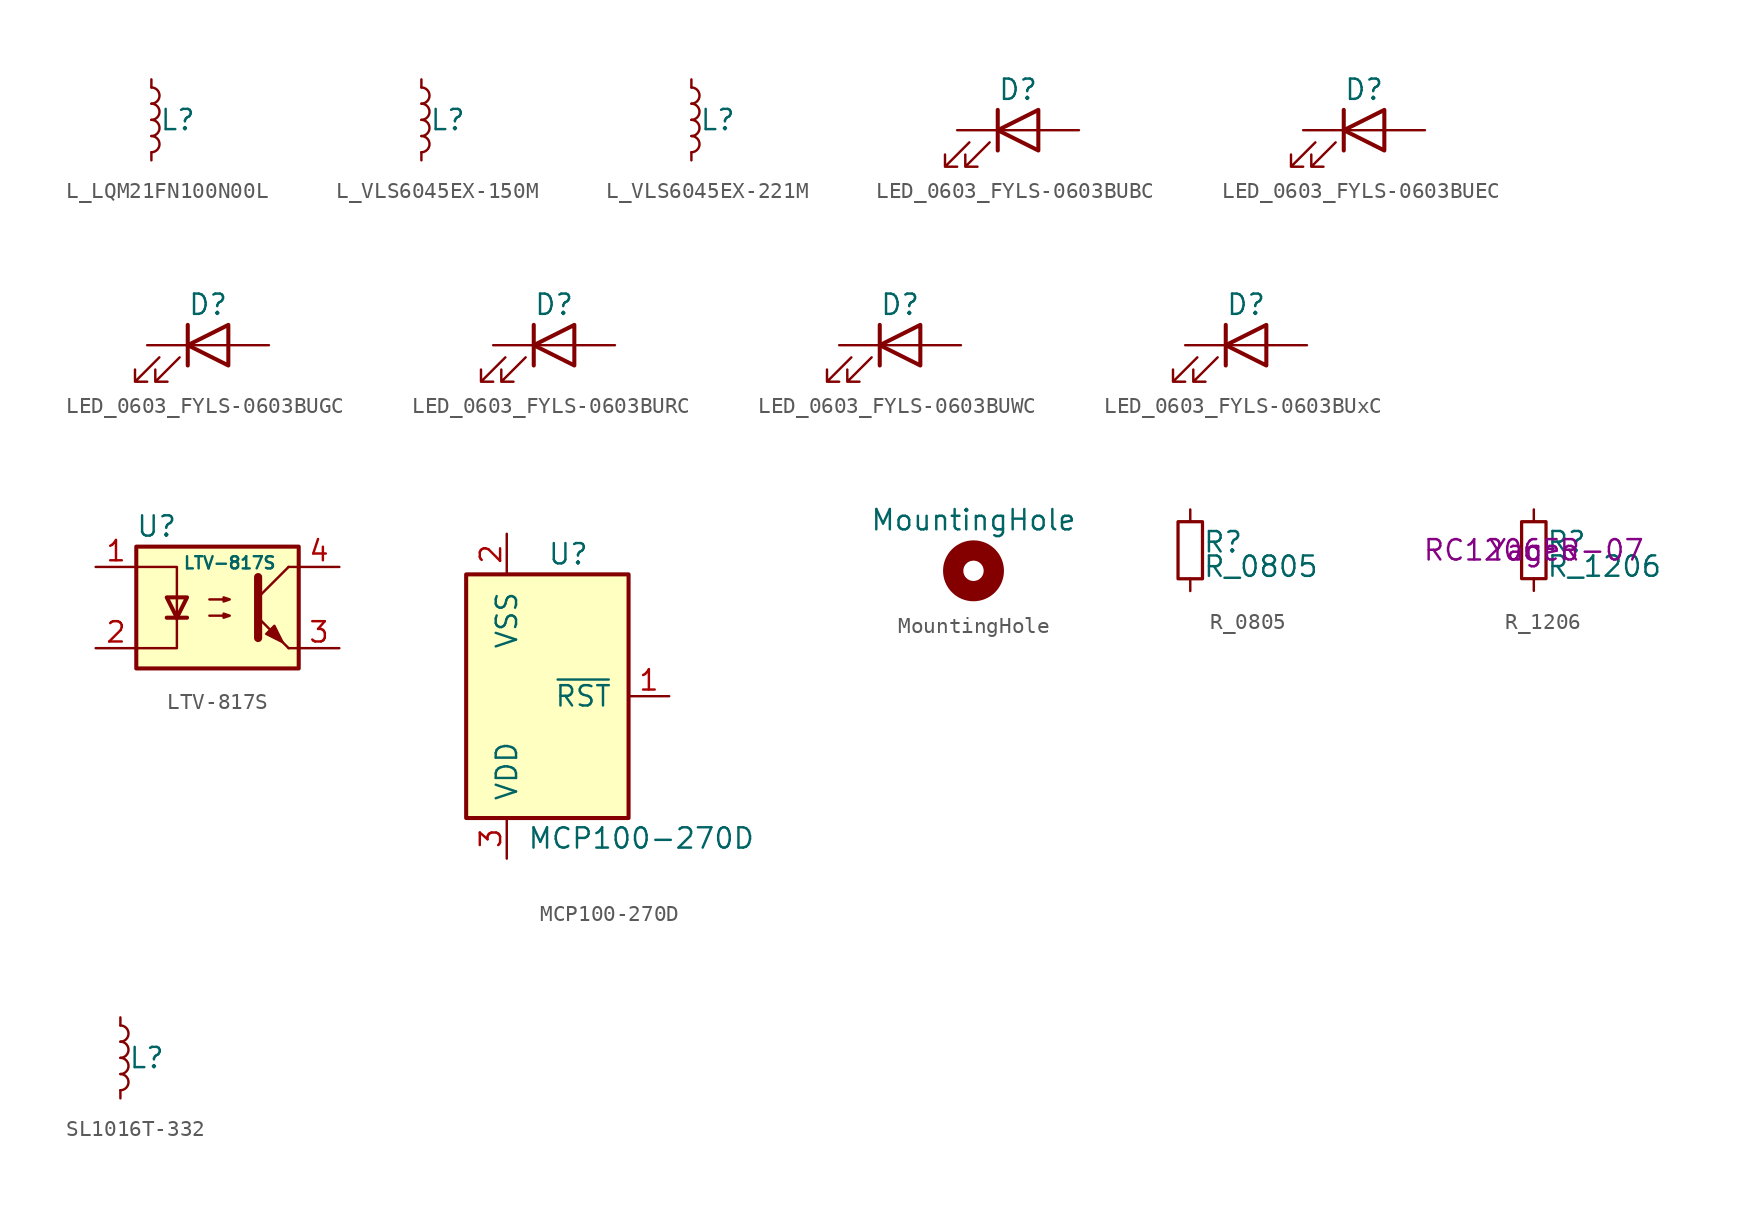
<source format=kicad_sym>
(kicad_symbol_lib
  (version 20211014)
  (generator kicad_symbol_editor)
  (symbol "L_LQM21FN100N00L"
    (pin_numbers hide)
    (pin_names
      (offset 0.254) hide)
    (property "Reference" "L"
      (at 1.651 0 0)
      (effects (font (size 1.27 1.27))))
    (symbol "L_LQM21FN100N00L_0_1"
      (arc (start 0 -2.032) (mid 0.508 -1.524) (end 0 -1.016) (stroke (width 0) (type default) (color 0 0 0 0)) (fill (type none)))
      (arc (start 0 -1.016) (mid 0.508 -0.508) (end 0 0) (stroke (width 0) (type default) (color 0 0 0 0)) (fill (type none)))
      (arc (start 0 0) (mid 0.508 0.508) (end 0 1.016) (stroke (width 0) (type default) (color 0 0 0 0)) (fill (type none)))
      (arc (start 0 1.016) (mid 0.508 1.524) (end 0 2.032) (stroke (width 0) (type default) (color 0 0 0 0)) (fill (type none))))
    (symbol "L_LQM21FN100N00L_1_1"
      (pin passive line (at 0 2.54 270) (length 0.508) (name "~" (effects (font (size 1.27 1.27)))) (number "1" (effects (font (size 1.27 1.27)))))
      (pin passive line (at 0 -2.54 90) (length 0.508) (name "~" (effects (font (size 1.27 1.27)))) (number "2" (effects (font (size 1.27 1.27)))))))
  (symbol "L_VLS6045EX-150M"
    (pin_numbers hide)
    (pin_names
      (offset 0.254) hide)
    (property "Reference" "L"
      (at 1.651 0 0)
      (effects (font (size 1.27 1.27))))
    (symbol "L_VLS6045EX-150M_0_1"
      (arc (start 0 -2.032) (mid 0.508 -1.524) (end 0 -1.016) (stroke (width 0) (type default) (color 0 0 0 0)) (fill (type none)))
      (arc (start 0 -1.016) (mid 0.508 -0.508) (end 0 0) (stroke (width 0) (type default) (color 0 0 0 0)) (fill (type none)))
      (arc (start 0 0) (mid 0.508 0.508) (end 0 1.016) (stroke (width 0) (type default) (color 0 0 0 0)) (fill (type none)))
      (arc (start 0 1.016) (mid 0.508 1.524) (end 0 2.032) (stroke (width 0) (type default) (color 0 0 0 0)) (fill (type none))))
    (symbol "L_VLS6045EX-150M_1_1"
      (pin passive line (at 0 2.54 270) (length 0.508) (name "~" (effects (font (size 1.27 1.27)))) (number "1" (effects (font (size 1.27 1.27)))))
      (pin passive line (at 0 -2.54 90) (length 0.508) (name "~" (effects (font (size 1.27 1.27)))) (number "2" (effects (font (size 1.27 1.27)))))))
  (symbol "L_VLS6045EX-221M"
    (pin_numbers hide)
    (pin_names
      (offset 0.254) hide)
    (property "Reference" "L"
      (at 1.651 0 0)
      (effects (font (size 1.27 1.27))))
    (symbol "L_VLS6045EX-221M_0_1"
      (arc (start 0 -2.032) (mid 0.508 -1.524) (end 0 -1.016) (stroke (width 0) (type default) (color 0 0 0 0)) (fill (type none)))
      (arc (start 0 -1.016) (mid 0.508 -0.508) (end 0 0) (stroke (width 0) (type default) (color 0 0 0 0)) (fill (type none)))
      (arc (start 0 0) (mid 0.508 0.508) (end 0 1.016) (stroke (width 0) (type default) (color 0 0 0 0)) (fill (type none)))
      (arc (start 0 1.016) (mid 0.508 1.524) (end 0 2.032) (stroke (width 0) (type default) (color 0 0 0 0)) (fill (type none))))
    (symbol "L_VLS6045EX-221M_1_1"
      (pin passive line (at 0 2.54 270) (length 0.508) (name "~" (effects (font (size 1.27 1.27)))) (number "1" (effects (font (size 1.27 1.27)))))
      (pin passive line (at 0 -2.54 90) (length 0.508) (name "~" (effects (font (size 1.27 1.27)))) (number "2" (effects (font (size 1.27 1.27)))))))
  (symbol "LED_0603_FYLS-0603BUBC"
    (pin_numbers hide)
    (pin_names
      (offset 1.016) hide)
    (property "Reference" "D"
      (at 0 2.54 0)
      (effects (font (size 1.27 1.27))))
    (symbol "LED_0603_FYLS-0603BUBC_0_1"
      (polyline (pts (xy -1.27 -1.27) (xy -1.27 1.27)) (stroke (width 0.254) (type default) (color 0 0 0 0)) (fill (type none)))
      (polyline (pts (xy -1.27 0) (xy 1.27 0)) (stroke (width 0) (type default) (color 0 0 0 0)) (fill (type none)))
      (polyline (pts (xy 1.27 -1.27) (xy 1.27 1.27) (xy -1.27 0) (xy 1.27 -1.27)) (stroke (width 0.254) (type default) (color 0 0 0 0)) (fill (type none)))
      (polyline (pts (xy -3.048 -0.762) (xy -4.572 -2.286) (xy -3.81 -2.286) (xy -4.572 -2.286) (xy -4.572 -1.524)) (stroke (width 0) (type default) (color 0 0 0 0)) (fill (type none)))
      (polyline (pts (xy -1.778 -0.762) (xy -3.302 -2.286) (xy -2.54 -2.286) (xy -3.302 -2.286) (xy -3.302 -1.524)) (stroke (width 0) (type default) (color 0 0 0 0)) (fill (type none))))
    (symbol "LED_0603_FYLS-0603BUBC_1_1"
      (pin passive line (at -3.81 0 0) (length 2.54) (name "K" (effects (font (size 1.27 1.27)))) (number "1" (effects (font (size 1.27 1.27)))))
      (pin passive line (at 3.81 0 180) (length 2.54) (name "A" (effects (font (size 1.27 1.27)))) (number "2" (effects (font (size 1.27 1.27)))))))
  (symbol "LED_0603_FYLS-0603BUEC"
    (pin_numbers hide)
    (pin_names
      (offset 1.016) hide)
    (property "Reference" "D"
      (at 0 2.54 0)
      (effects (font (size 1.27 1.27))))
    (symbol "LED_0603_FYLS-0603BUEC_0_1"
      (polyline (pts (xy -1.27 -1.27) (xy -1.27 1.27)) (stroke (width 0.254) (type default) (color 0 0 0 0)) (fill (type none)))
      (polyline (pts (xy -1.27 0) (xy 1.27 0)) (stroke (width 0) (type default) (color 0 0 0 0)) (fill (type none)))
      (polyline (pts (xy 1.27 -1.27) (xy 1.27 1.27) (xy -1.27 0) (xy 1.27 -1.27)) (stroke (width 0.254) (type default) (color 0 0 0 0)) (fill (type none)))
      (polyline (pts (xy -3.048 -0.762) (xy -4.572 -2.286) (xy -3.81 -2.286) (xy -4.572 -2.286) (xy -4.572 -1.524)) (stroke (width 0) (type default) (color 0 0 0 0)) (fill (type none)))
      (polyline (pts (xy -1.778 -0.762) (xy -3.302 -2.286) (xy -2.54 -2.286) (xy -3.302 -2.286) (xy -3.302 -1.524)) (stroke (width 0) (type default) (color 0 0 0 0)) (fill (type none))))
    (symbol "LED_0603_FYLS-0603BUEC_1_1"
      (pin passive line (at -3.81 0 0) (length 2.54) (name "K" (effects (font (size 1.27 1.27)))) (number "1" (effects (font (size 1.27 1.27)))))
      (pin passive line (at 3.81 0 180) (length 2.54) (name "A" (effects (font (size 1.27 1.27)))) (number "2" (effects (font (size 1.27 1.27)))))))
  (symbol "LED_0603_FYLS-0603BUGC"
    (pin_numbers hide)
    (pin_names
      (offset 1.016) hide)
    (property "Reference" "D"
      (at 0 2.54 0)
      (effects (font (size 1.27 1.27))))
    (symbol "LED_0603_FYLS-0603BUGC_0_1"
      (polyline (pts (xy -1.27 -1.27) (xy -1.27 1.27)) (stroke (width 0.254) (type default) (color 0 0 0 0)) (fill (type none)))
      (polyline (pts (xy -1.27 0) (xy 1.27 0)) (stroke (width 0) (type default) (color 0 0 0 0)) (fill (type none)))
      (polyline (pts (xy 1.27 -1.27) (xy 1.27 1.27) (xy -1.27 0) (xy 1.27 -1.27)) (stroke (width 0.254) (type default) (color 0 0 0 0)) (fill (type none)))
      (polyline (pts (xy -3.048 -0.762) (xy -4.572 -2.286) (xy -3.81 -2.286) (xy -4.572 -2.286) (xy -4.572 -1.524)) (stroke (width 0) (type default) (color 0 0 0 0)) (fill (type none)))
      (polyline (pts (xy -1.778 -0.762) (xy -3.302 -2.286) (xy -2.54 -2.286) (xy -3.302 -2.286) (xy -3.302 -1.524)) (stroke (width 0) (type default) (color 0 0 0 0)) (fill (type none))))
    (symbol "LED_0603_FYLS-0603BUGC_1_1"
      (pin passive line (at -3.81 0 0) (length 2.54) (name "K" (effects (font (size 1.27 1.27)))) (number "1" (effects (font (size 1.27 1.27)))))
      (pin passive line (at 3.81 0 180) (length 2.54) (name "A" (effects (font (size 1.27 1.27)))) (number "2" (effects (font (size 1.27 1.27)))))))
  (symbol "LED_0603_FYLS-0603BURC"
    (pin_numbers hide)
    (pin_names
      (offset 1.016) hide)
    (property "Reference" "D"
      (at 0 2.54 0)
      (effects (font (size 1.27 1.27))))
    (symbol "LED_0603_FYLS-0603BURC_0_1"
      (polyline (pts (xy -1.27 -1.27) (xy -1.27 1.27)) (stroke (width 0.254) (type default) (color 0 0 0 0)) (fill (type none)))
      (polyline (pts (xy -1.27 0) (xy 1.27 0)) (stroke (width 0) (type default) (color 0 0 0 0)) (fill (type none)))
      (polyline (pts (xy 1.27 -1.27) (xy 1.27 1.27) (xy -1.27 0) (xy 1.27 -1.27)) (stroke (width 0.254) (type default) (color 0 0 0 0)) (fill (type none)))
      (polyline (pts (xy -3.048 -0.762) (xy -4.572 -2.286) (xy -3.81 -2.286) (xy -4.572 -2.286) (xy -4.572 -1.524)) (stroke (width 0) (type default) (color 0 0 0 0)) (fill (type none)))
      (polyline (pts (xy -1.778 -0.762) (xy -3.302 -2.286) (xy -2.54 -2.286) (xy -3.302 -2.286) (xy -3.302 -1.524)) (stroke (width 0) (type default) (color 0 0 0 0)) (fill (type none))))
    (symbol "LED_0603_FYLS-0603BURC_1_1"
      (pin passive line (at -3.81 0 0) (length 2.54) (name "K" (effects (font (size 1.27 1.27)))) (number "1" (effects (font (size 1.27 1.27)))))
      (pin passive line (at 3.81 0 180) (length 2.54) (name "A" (effects (font (size 1.27 1.27)))) (number "2" (effects (font (size 1.27 1.27)))))))
  (symbol "LED_0603_FYLS-0603BUWC"
    (pin_numbers hide)
    (pin_names
      (offset 1.016) hide)
    (property "Reference" "D"
      (at 0 2.54 0)
      (effects (font (size 1.27 1.27))))
    (symbol "LED_0603_FYLS-0603BUWC_0_1"
      (polyline (pts (xy -1.27 -1.27) (xy -1.27 1.27)) (stroke (width 0.254) (type default) (color 0 0 0 0)) (fill (type none)))
      (polyline (pts (xy -1.27 0) (xy 1.27 0)) (stroke (width 0) (type default) (color 0 0 0 0)) (fill (type none)))
      (polyline (pts (xy 1.27 -1.27) (xy 1.27 1.27) (xy -1.27 0) (xy 1.27 -1.27)) (stroke (width 0.254) (type default) (color 0 0 0 0)) (fill (type none)))
      (polyline (pts (xy -3.048 -0.762) (xy -4.572 -2.286) (xy -3.81 -2.286) (xy -4.572 -2.286) (xy -4.572 -1.524)) (stroke (width 0) (type default) (color 0 0 0 0)) (fill (type none)))
      (polyline (pts (xy -1.778 -0.762) (xy -3.302 -2.286) (xy -2.54 -2.286) (xy -3.302 -2.286) (xy -3.302 -1.524)) (stroke (width 0) (type default) (color 0 0 0 0)) (fill (type none))))
    (symbol "LED_0603_FYLS-0603BUWC_1_1"
      (pin passive line (at -3.81 0 0) (length 2.54) (name "K" (effects (font (size 1.27 1.27)))) (number "1" (effects (font (size 1.27 1.27)))))
      (pin passive line (at 3.81 0 180) (length 2.54) (name "A" (effects (font (size 1.27 1.27)))) (number "2" (effects (font (size 1.27 1.27)))))))
  (symbol "LED_0603_FYLS-0603BUxC"
    (pin_numbers hide)
    (pin_names
      (offset 1.016) hide)
    (property "Reference" "D"
      (at 0 2.54 0)
      (effects (font (size 1.27 1.27))))
    (symbol "LED_0603_FYLS-0603BUxC_0_1"
      (polyline (pts (xy -1.27 -1.27) (xy -1.27 1.27)) (stroke (width 0.254) (type default) (color 0 0 0 0)) (fill (type none)))
      (polyline (pts (xy -1.27 0) (xy 1.27 0)) (stroke (width 0) (type default) (color 0 0 0 0)) (fill (type none)))
      (polyline (pts (xy 1.27 -1.27) (xy 1.27 1.27) (xy -1.27 0) (xy 1.27 -1.27)) (stroke (width 0.254) (type default) (color 0 0 0 0)) (fill (type none)))
      (polyline (pts (xy -3.048 -0.762) (xy -4.572 -2.286) (xy -3.81 -2.286) (xy -4.572 -2.286) (xy -4.572 -1.524)) (stroke (width 0) (type default) (color 0 0 0 0)) (fill (type none)))
      (polyline (pts (xy -1.778 -0.762) (xy -3.302 -2.286) (xy -2.54 -2.286) (xy -3.302 -2.286) (xy -3.302 -1.524)) (stroke (width 0) (type default) (color 0 0 0 0)) (fill (type none))))
    (symbol "LED_0603_FYLS-0603BUxC_1_1"
      (pin passive line (at -3.81 0 0) (length 2.54) (name "K" (effects (font (size 1.27 1.27)))) (number "1" (effects (font (size 1.27 1.27)))))
      (pin passive line (at 3.81 0 180) (length 2.54) (name "A" (effects (font (size 1.27 1.27)))) (number "2" (effects (font (size 1.27 1.27)))))))
  (symbol "LTV-817S"
    (pin_names
      (offset 1.016))
    (property "Reference" "U"
      (at -3.81 5.08 0)
      (effects (font (size 1.27 1.27))))
    (property "Value" "LTV-817S"
      (at 0.762 2.794 0)
      (effects (font (size 0.762 0.762))))
    (symbol "LTV-817S_1_1"
      (rectangle (start -5.08 3.81) (end 5.08 -3.81) (stroke (width 0.254) (type default) (color 0 0 0 0)) (fill (type background)))
      (polyline (pts (xy -3.175 -0.635) (xy -1.905 -0.635)) (stroke (width 0.254) (type default) (color 0 0 0 0)) (fill (type none)))
      (polyline (pts (xy 2.54 0.635) (xy 4.445 2.54)) (stroke (width 0) (type default) (color 0 0 0 0)) (fill (type none)))
      (polyline (pts (xy 4.445 -2.54) (xy 2.54 -0.635)) (stroke (width 0) (type default) (color 0 0 0 0)) (fill (type outline)))
      (polyline (pts (xy 4.445 -2.54) (xy 5.08 -2.54)) (stroke (width 0) (type default) (color 0 0 0 0)) (fill (type none)))
      (polyline (pts (xy 4.445 2.54) (xy 5.08 2.54)) (stroke (width 0) (type default) (color 0 0 0 0)) (fill (type none)))
      (polyline (pts (xy -5.08 2.54) (xy -2.54 2.54) (xy -2.54 -0.762)) (stroke (width 0) (type default) (color 0 0 0 0)) (fill (type none)))
      (polyline (pts (xy -2.54 -0.635) (xy -2.54 -2.54) (xy -5.08 -2.54)) (stroke (width 0) (type default) (color 0 0 0 0)) (fill (type none)))
      (polyline (pts (xy 2.54 1.905) (xy 2.54 -1.905) (xy 2.54 -1.905)) (stroke (width 0.508) (type default) (color 0 0 0 0)) (fill (type none)))
      (polyline (pts (xy -2.54 -0.635) (xy -3.175 0.635) (xy -1.905 0.635) (xy -2.54 -0.635)) (stroke (width 0.254) (type default) (color 0 0 0 0)) (fill (type none)))
      (polyline (pts (xy -0.508 -0.508) (xy 0.762 -0.508) (xy 0.381 -0.635) (xy 0.381 -0.381) (xy 0.762 -0.508)) (stroke (width 0) (type default) (color 0 0 0 0)) (fill (type none)))
      (polyline (pts (xy -0.508 0.508) (xy 0.762 0.508) (xy 0.381 0.381) (xy 0.381 0.635) (xy 0.762 0.508)) (stroke (width 0) (type default) (color 0 0 0 0)) (fill (type none)))
      (polyline (pts (xy 3.048 -1.651) (xy 3.556 -1.143) (xy 4.064 -2.159) (xy 3.048 -1.651) (xy 3.048 -1.651)) (stroke (width 0) (type default) (color 0 0 0 0)) (fill (type outline)))
      (pin passive line (at -7.62 2.54 0) (length 2.54) (name "~" (effects (font (size 1.27 1.27)))) (number "1" (effects (font (size 1.27 1.27)))))
      (pin passive line (at -7.62 -2.54 0) (length 2.54) (name "~" (effects (font (size 1.27 1.27)))) (number "2" (effects (font (size 1.27 1.27)))))
      (pin passive line (at 7.62 -2.54 180) (length 2.54) (name "~" (effects (font (size 1.27 1.27)))) (number "3" (effects (font (size 1.27 1.27)))))
      (pin passive line (at 7.62 2.54 180) (length 2.54) (name "~" (effects (font (size 1.27 1.27)))) (number "4" (effects (font (size 1.27 1.27)))))))
  (symbol "MCP100-270D"
    (pin_names
      (offset 1.016))
    (property "Reference" "U"
      (at 0 8.89 0)
      (effects (font (size 1.27 1.27)) (justify left)))
    (property "Value" "MCP100-270D"
      (at -1.27 -8.89 0)
      (effects (font (size 1.27 1.27)) (justify left)))
    (symbol "MCP100-270D_1_1"
      (rectangle (start -5.08 7.62) (end 5.08 -7.62) (stroke (width 0.254) (type default) (color 0 0 0 0)) (fill (type background)))
      (pin output line (at 7.62 0 180) (length 2.54) (name "~{RST}" (effects (font (size 1.27 1.27)))) (number "1" (effects (font (size 1.27 1.27)))))
      (pin power_in line (at -2.54 10.16 270) (length 2.54) (name "VSS" (effects (font (size 1.27 1.27)))) (number "2" (effects (font (size 1.27 1.27)))))
      (pin power_in line (at -2.54 -10.16 90) (length 2.54) (name "VDD" (effects (font (size 1.27 1.27)))) (number "3" (effects (font (size 1.27 1.27)))))))
  (symbol "MountingHole"
    (pin_names
      (offset 1.016))
    (property "Reference" "H"
      (at 0 5.08 0)
      (effects (font (size 1.27 1.27)) hide))
    (property "Value" "MountingHole"
      (at 0 3.175 0)
      (effects (font (size 1.27 1.27))))
    (symbol "MountingHole_0_1"
      (circle (center 0 0) (radius 1.27) (stroke (width 1.27) (type default) (color 0 0 0 0)) (fill (type none)))))
  (symbol "R_0805"
    (pin_numbers hide)
    (pin_names
      (offset 0.254) hide)
    (property "Reference" "R"
      (at 0.762 0.508 0)
      (effects (font (size 1.27 1.27)) (justify left)))
    (property "Value" "R_0805"
      (at 0.762 -1.016 0)
      (effects (font (size 1.27 1.27)) (justify left)))
    (symbol "R_0805_0_1"
      (rectangle (start -0.762 1.778) (end 0.762 -1.778) (stroke (width 0.203) (type default) (color 0 0 0 0)) (fill (type none))))
    (symbol "R_0805_1_1"
      (pin passive line (at 0 2.54 270) (length 0.762) (name "~" (effects (font (size 1.27 1.27)))) (number "1" (effects (font (size 1.27 1.27)))))
      (pin passive line (at 0 -2.54 90) (length 0.762) (name "~" (effects (font (size 1.27 1.27)))) (number "2" (effects (font (size 1.27 1.27)))))))
  (symbol "R_1206"
    (pin_numbers hide)
    (pin_names
      (offset 0.254) hide)
    (property "Reference" "R"
      (at 0.762 0.508 0)
      (effects (font (size 1.27 1.27)) (justify left)))
    (property "Value" "R_1206"
      (at 0.762 -1.016 0)
      (effects (font (size 1.27 1.27)) (justify left)))
    (property "Name" "RC1206FR-07"
      (at 0 0 0)
      (effects (font (size 1.27 1.27))))
    (property "Vendor" "Yageo"
      (at 0 0 0)
      (effects (font (size 1.27 1.27))))
    (symbol "R_1206_0_1"
      (rectangle (start -0.762 1.778) (end 0.762 -1.778) (stroke (width 0.203) (type default) (color 0 0 0 0)) (fill (type none))))
    (symbol "R_1206_1_1"
      (pin passive line (at 0 2.54 270) (length 0.762) (name "~" (effects (font (size 1.27 1.27)))) (number "1" (effects (font (size 1.27 1.27)))))
      (pin passive line (at 0 -2.54 90) (length 0.762) (name "~" (effects (font (size 1.27 1.27)))) (number "2" (effects (font (size 1.27 1.27)))))))
  (symbol "SL1016T-332"
    (pin_numbers hide)
    (pin_names
      (offset 0.254) hide)
    (property "Reference" "L"
      (at 1.651 0 0)
      (effects (font (size 1.27 1.27))))
    (symbol "SL1016T-332_0_1"
      (arc (start 0 -2.032) (mid 0.508 -1.524) (end 0 -1.016) (stroke (width 0) (type default) (color 0 0 0 0)) (fill (type none)))
      (arc (start 0 -1.016) (mid 0.508 -0.508) (end 0 0) (stroke (width 0) (type default) (color 0 0 0 0)) (fill (type none)))
      (arc (start 0 0) (mid 0.508 0.508) (end 0 1.016) (stroke (width 0) (type default) (color 0 0 0 0)) (fill (type none)))
      (arc (start 0 1.016) (mid 0.508 1.524) (end 0 2.032) (stroke (width 0) (type default) (color 0 0 0 0)) (fill (type none))))
    (symbol "SL1016T-332_1_1"
      (pin passive line (at 0 2.54 270) (length 0.508) (name "~" (effects (font (size 1.27 1.27)))) (number "1" (effects (font (size 1.27 1.27)))))
      (pin passive line (at 0 -2.54 90) (length 0.508) (name "~" (effects (font (size 1.27 1.27)))) (number "2" (effects (font (size 1.27 1.27))))))))
</source>
